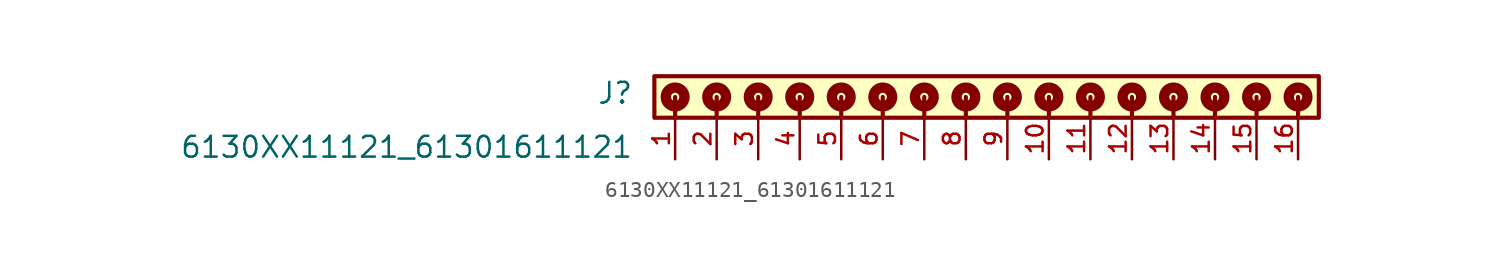
<source format=kicad_sym>
(kicad_symbol_lib
  (version 20211014)
  (generator kicad_symbol_editor)
  (symbol "6130XX11121_61301611121"
    (pin_names
      (offset 1.016))
    (property "Reference" "J"
      (at -20.32 -1.778 0)
      (effects (font (size 1.27 1.27)) (justify bottom right)))
    (property "Value" "6130XX11121_61301611121"
      (at -20.32 -5.08 0)
      (effects (font (size 1.27 1.27)) (justify bottom right)))
    (symbol "6130XX11121_61301611121_0_0"
      (polyline (pts (xy -17.78 -1.27) (xy -17.78 -2.54)) (stroke (width 0.254)))
      (polyline (pts (xy -15.24 -1.27) (xy -15.24 -2.54)) (stroke (width 0.254)))
      (polyline (pts (xy -12.7 -1.27) (xy -12.7 -2.54)) (stroke (width 0.254)))
      (polyline (pts (xy -10.16 -1.27) (xy -10.16 -2.54)) (stroke (width 0.254)))
      (polyline (pts (xy -7.62 -1.27) (xy -7.62 -2.54)) (stroke (width 0.254)))
      (polyline (pts (xy -5.08 -1.27) (xy -5.08 -2.54)) (stroke (width 0.254)))
      (polyline (pts (xy -2.54 -1.27) (xy -2.54 -2.54)) (stroke (width 0.254)))
      (polyline (pts (xy 0.0 -1.27) (xy 0.0 -2.54)) (stroke (width 0.254)))
      (polyline (pts (xy 2.54 -1.27) (xy 2.54 -2.54)) (stroke (width 0.254)))
      (polyline (pts (xy 5.08 -1.27) (xy 5.08 -2.54)) (stroke (width 0.254)))
      (polyline (pts (xy 7.62 -1.27) (xy 7.62 -2.54)) (stroke (width 0.254)))
      (polyline (pts (xy 10.16 -1.27) (xy 10.16 -2.54)) (stroke (width 0.254)))
      (polyline (pts (xy 12.7 -1.27) (xy 12.7 -2.54)) (stroke (width 0.254)))
      (polyline (pts (xy 15.24 -1.27) (xy 15.24 -2.54)) (stroke (width 0.254)))
      (polyline (pts (xy 17.78 -1.27) (xy 17.78 -2.54)) (stroke (width 0.254)))
      (polyline (pts (xy 20.32 -1.27) (xy 20.32 -2.54)) (stroke (width 0.254)))
      (circle (center -17.78 -1.27) (radius 0.254) (stroke (width 0.635)) (fill (type none)))
      (circle (center -15.24 -1.27) (radius 0.254) (stroke (width 0.635)) (fill (type none)))
      (circle (center -12.7 -1.27) (radius 0.254) (stroke (width 0.635)) (fill (type none)))
      (circle (center -10.16 -1.27) (radius 0.254) (stroke (width 0.635)) (fill (type none)))
      (circle (center -7.62 -1.27) (radius 0.254) (stroke (width 0.635)) (fill (type none)))
      (circle (center -5.08 -1.27) (radius 0.254) (stroke (width 0.635)) (fill (type none)))
      (circle (center -2.54 -1.27) (radius 0.254) (stroke (width 0.635)) (fill (type none)))
      (circle (center 0.0 -1.27) (radius 0.254) (stroke (width 0.635)) (fill (type none)))
      (circle (center 2.54 -1.27) (radius 0.254) (stroke (width 0.635)) (fill (type none)))
      (circle (center 5.08 -1.27) (radius 0.254) (stroke (width 0.635)) (fill (type none)))
      (circle (center 7.62 -1.27) (radius 0.254) (stroke (width 0.635)) (fill (type none)))
      (circle (center 10.16 -1.27) (radius 0.254) (stroke (width 0.635)) (fill (type none)))
      (circle (center 12.7 -1.27) (radius 0.254) (stroke (width 0.635)) (fill (type none)))
      (circle (center 15.24 -1.27) (radius 0.254) (stroke (width 0.635)) (fill (type none)))
      (circle (center 17.78 -1.27) (radius 0.254) (stroke (width 0.635)) (fill (type none)))
      (circle (center 20.32 -1.27) (radius 0.254) (stroke (width 0.635)) (fill (type none)))
      (rectangle (start -19.05 -2.54) (end 21.59 -2.22044604925e-16) (stroke (width 0.254)) (fill (type background)))
      (pin passive line (at -17.78 -5.08 90.0) (length 2.54) (name "~" (effects (font (size 1.016 1.016)))) (number "1" (effects (font (size 1.016 1.016)))))
      (pin passive line (at -15.24 -5.08 90.0) (length 2.54) (name "~" (effects (font (size 1.016 1.016)))) (number "2" (effects (font (size 1.016 1.016)))))
      (pin passive line (at -12.7 -5.08 90.0) (length 2.54) (name "~" (effects (font (size 1.016 1.016)))) (number "3" (effects (font (size 1.016 1.016)))))
      (pin passive line (at -10.16 -5.08 90.0) (length 2.54) (name "~" (effects (font (size 1.016 1.016)))) (number "4" (effects (font (size 1.016 1.016)))))
      (pin passive line (at -7.62 -5.08 90.0) (length 2.54) (name "~" (effects (font (size 1.016 1.016)))) (number "5" (effects (font (size 1.016 1.016)))))
      (pin passive line (at -5.08 -5.08 90.0) (length 2.54) (name "~" (effects (font (size 1.016 1.016)))) (number "6" (effects (font (size 1.016 1.016)))))
      (pin passive line (at -2.54 -5.08 90.0) (length 2.54) (name "~" (effects (font (size 1.016 1.016)))) (number "7" (effects (font (size 1.016 1.016)))))
      (pin passive line (at 0.0 -5.08 90.0) (length 2.54) (name "~" (effects (font (size 1.016 1.016)))) (number "8" (effects (font (size 1.016 1.016)))))
      (pin passive line (at 2.54 -5.08 90.0) (length 2.54) (name "~" (effects (font (size 1.016 1.016)))) (number "9" (effects (font (size 1.016 1.016)))))
      (pin passive line (at 5.08 -5.08 90.0) (length 2.54) (name "~" (effects (font (size 1.016 1.016)))) (number "10" (effects (font (size 1.016 1.016)))))
      (pin passive line (at 7.62 -5.08 90.0) (length 2.54) (name "~" (effects (font (size 1.016 1.016)))) (number "11" (effects (font (size 1.016 1.016)))))
      (pin passive line (at 10.16 -5.08 90.0) (length 2.54) (name "~" (effects (font (size 1.016 1.016)))) (number "12" (effects (font (size 1.016 1.016)))))
      (pin passive line (at 12.7 -5.08 90.0) (length 2.54) (name "~" (effects (font (size 1.016 1.016)))) (number "13" (effects (font (size 1.016 1.016)))))
      (pin passive line (at 15.24 -5.08 90.0) (length 2.54) (name "~" (effects (font (size 1.016 1.016)))) (number "14" (effects (font (size 1.016 1.016)))))
      (pin passive line (at 17.78 -5.08 90.0) (length 2.54) (name "~" (effects (font (size 1.016 1.016)))) (number "15" (effects (font (size 1.016 1.016)))))
      (pin passive line (at 20.32 -5.08 90.0) (length 2.54) (name "~" (effects (font (size 1.016 1.016)))) (number "16" (effects (font (size 1.016 1.016))))))))
</source>
